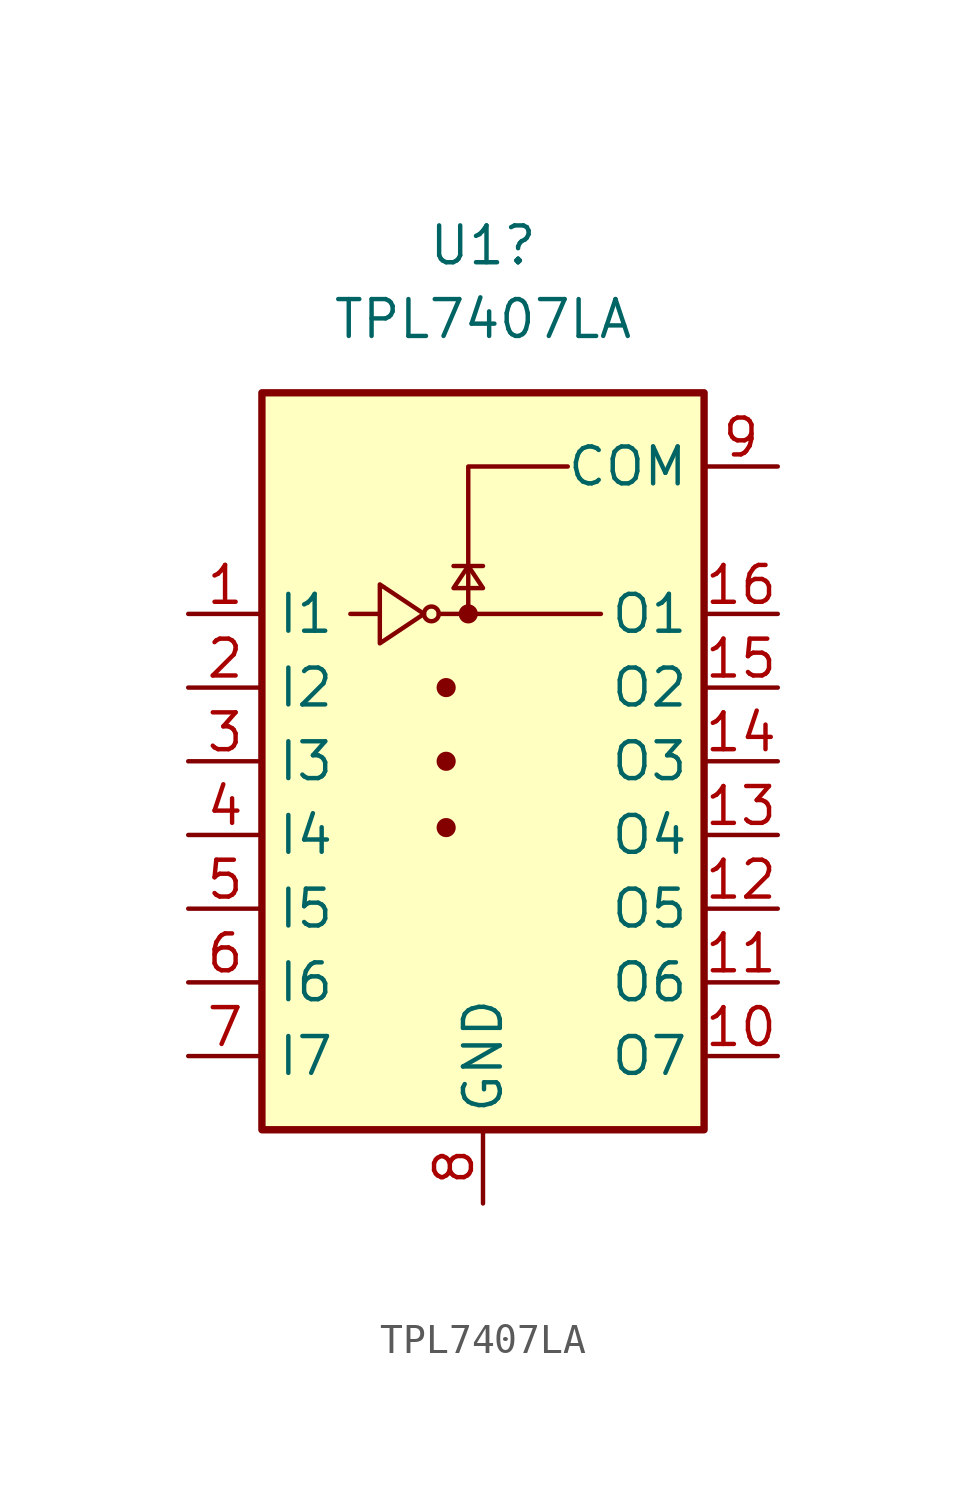
<source format=kicad_sym>
(kicad_symbol_lib
  (version 20231120)
  (generator "kicad_symbol_editor")
  (generator_version "8.0")
  (symbol "TPL7407LA"
    (property "Reference" "U1"
      (at 0 17.78 0)
      (effects (font (size 1.27 1.27))))
    (property "Value" "TPL7407LA"
      (at 0 15.24 0)
      (effects (font (size 1.27 1.27))))
    (symbol "TPL7407LA_0_1"
      (rectangle (start -7.62 -12.7) (end 7.62 12.7) (stroke (width 0.254) (type default)) (fill (type background)))
      (circle (center -1.778 5.08) (radius 0.254) (stroke (width 0) (type default)) (fill (type none)))
      (circle (center -1.27 -2.286) (radius 0.254) (stroke (width 0) (type default)) (fill (type outline)))
      (circle (center -1.27 0) (radius 0.254) (stroke (width 0) (type default)) (fill (type outline)))
      (circle (center -1.27 2.54) (radius 0.254) (stroke (width 0) (type default)) (fill (type outline)))
      (circle (center -0.508 5.08) (radius 0.254) (stroke (width 0) (type default)) (fill (type outline)))
      (polyline (pts (xy -4.572 5.08) (xy -3.556 5.08)) (stroke (width 0) (type default)) (fill (type none)))
      (polyline (pts (xy -1.524 5.08) (xy 4.064 5.08)) (stroke (width 0) (type default)) (fill (type none)))
      (polyline (pts (xy 0 6.731) (xy -1.016 6.731)) (stroke (width 0) (type default)) (fill (type none)))
      (polyline (pts (xy -0.508 5.08) (xy -0.508 10.16) (xy 2.921 10.16)) (stroke (width 0) (type default)) (fill (type none)))
      (polyline (pts (xy -3.556 6.096) (xy -3.556 4.064) (xy -2.032 5.08) (xy -3.556 6.096)) (stroke (width 0) (type default)) (fill (type none)))
      (polyline (pts (xy 0 5.969) (xy -1.016 5.969) (xy -0.508 6.731) (xy 0 5.969)) (stroke (width 0) (type default)) (fill (type none))))
    (symbol "TPL7407LA_1_1"
      (pin input line (at -10.16 5.08 0) (length 2.54) (name "I1" (effects (font (size 1.27 1.27)))) (number "1" (effects (font (size 1.27 1.27)))))
      (pin open_collector line (at 10.16 -10.16 180) (length 2.54) (name "O7" (effects (font (size 1.27 1.27)))) (number "10" (effects (font (size 1.27 1.27)))))
      (pin open_collector line (at 10.16 -7.62 180) (length 2.54) (name "O6" (effects (font (size 1.27 1.27)))) (number "11" (effects (font (size 1.27 1.27)))))
      (pin open_collector line (at 10.16 -5.08 180) (length 2.54) (name "O5" (effects (font (size 1.27 1.27)))) (number "12" (effects (font (size 1.27 1.27)))))
      (pin open_collector line (at 10.16 -2.54 180) (length 2.54) (name "O4" (effects (font (size 1.27 1.27)))) (number "13" (effects (font (size 1.27 1.27)))))
      (pin open_collector line (at 10.16 0 180) (length 2.54) (name "O3" (effects (font (size 1.27 1.27)))) (number "14" (effects (font (size 1.27 1.27)))))
      (pin open_collector line (at 10.16 2.54 180) (length 2.54) (name "O2" (effects (font (size 1.27 1.27)))) (number "15" (effects (font (size 1.27 1.27)))))
      (pin open_collector line (at 10.16 5.08 180) (length 2.54) (name "O1" (effects (font (size 1.27 1.27)))) (number "16" (effects (font (size 1.27 1.27)))))
      (pin input line (at -10.16 2.54 0) (length 2.54) (name "I2" (effects (font (size 1.27 1.27)))) (number "2" (effects (font (size 1.27 1.27)))))
      (pin input line (at -10.16 0 0) (length 2.54) (name "I3" (effects (font (size 1.27 1.27)))) (number "3" (effects (font (size 1.27 1.27)))))
      (pin input line (at -10.16 -2.54 0) (length 2.54) (name "I4" (effects (font (size 1.27 1.27)))) (number "4" (effects (font (size 1.27 1.27)))))
      (pin input line (at -10.16 -5.08 0) (length 2.54) (name "I5" (effects (font (size 1.27 1.27)))) (number "5" (effects (font (size 1.27 1.27)))))
      (pin input line (at -10.16 -7.62 0) (length 2.54) (name "I6" (effects (font (size 1.27 1.27)))) (number "6" (effects (font (size 1.27 1.27)))))
      (pin input line (at -10.16 -10.16 0) (length 2.54) (name "I7" (effects (font (size 1.27 1.27)))) (number "7" (effects (font (size 1.27 1.27)))))
      (pin power_in line (at 0 -15.24 90) (length 2.54) (name "GND" (effects (font (size 1.27 1.27)))) (number "8" (effects (font (size 1.27 1.27)))))
      (pin passive line (at 10.16 10.16 180) (length 2.54) (name "COM" (effects (font (size 1.27 1.27)))) (number "9" (effects (font (size 1.27 1.27))))))))
</source>
